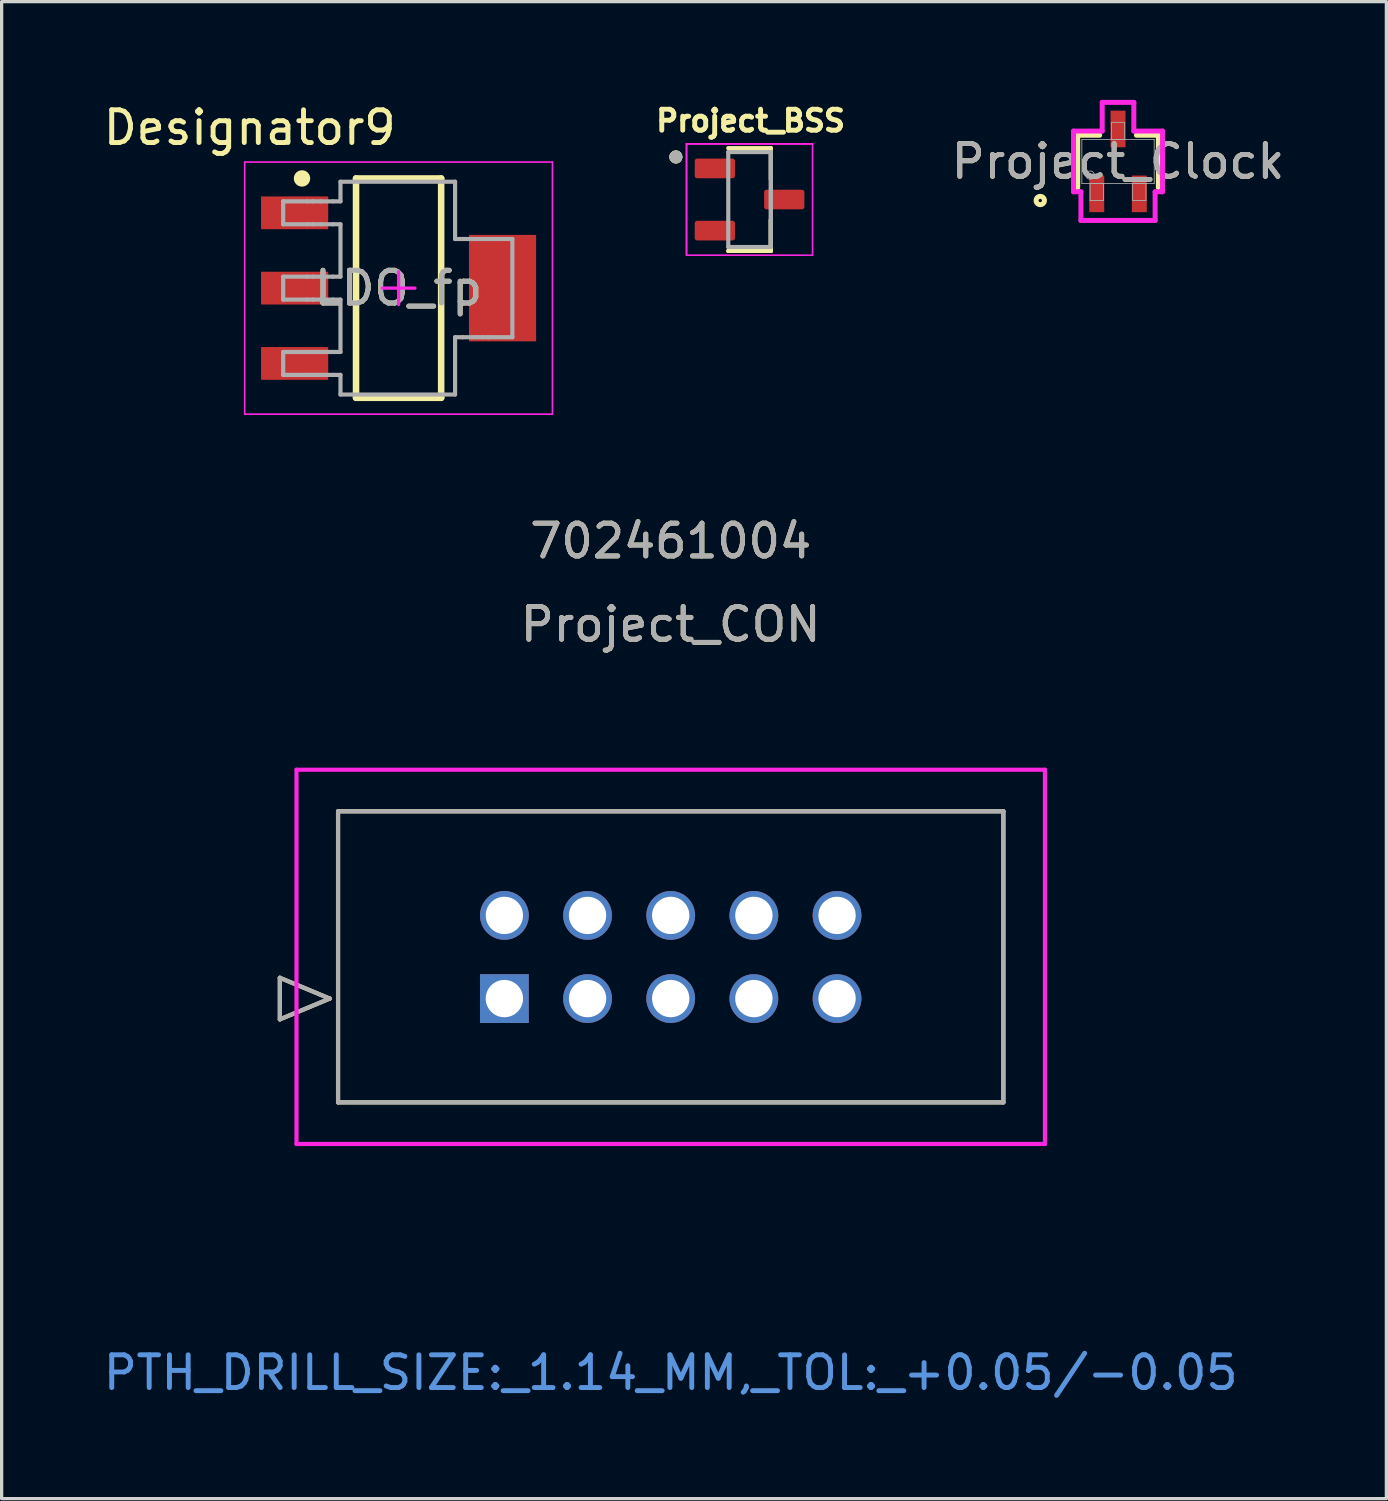
<source format=kicad_pcb>
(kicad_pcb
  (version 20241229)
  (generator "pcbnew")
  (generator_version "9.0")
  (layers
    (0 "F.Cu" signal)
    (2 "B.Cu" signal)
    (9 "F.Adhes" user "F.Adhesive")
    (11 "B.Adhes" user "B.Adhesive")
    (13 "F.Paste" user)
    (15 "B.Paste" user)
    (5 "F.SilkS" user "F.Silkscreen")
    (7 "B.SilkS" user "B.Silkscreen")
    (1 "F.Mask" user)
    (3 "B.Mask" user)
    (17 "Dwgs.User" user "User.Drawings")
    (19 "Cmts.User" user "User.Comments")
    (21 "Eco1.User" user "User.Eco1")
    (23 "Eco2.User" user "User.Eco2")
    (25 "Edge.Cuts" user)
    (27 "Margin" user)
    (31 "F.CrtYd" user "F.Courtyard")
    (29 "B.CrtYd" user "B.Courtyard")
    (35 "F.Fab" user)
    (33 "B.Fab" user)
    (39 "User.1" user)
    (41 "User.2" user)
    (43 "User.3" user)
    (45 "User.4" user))
  (footprint "Project_BSS"
    (layer "F.Cu")
    (at 19.843 3.044)
    (property "Reference" "Project_BSS" (at 0.032 -2.406 0) (layer "F.SilkS") (effects (font (size 0.64 0.64) (thickness 0.15))))
    (attr smd)
    (fp_line (start -0.65 -1.57) (end 0.65 -1.57) (stroke (width 0.127) (type solid)) (layer "F.SilkS"))
    (fp_line (start -0.65 1.57) (end 0.65 1.57) (stroke (width 0.127) (type solid)) (layer "F.SilkS"))
    (fp_line (start -0.65 1.57) (end 0.65 1.57) (stroke (width 0.127) (type solid)) (layer "F.SilkS"))
    (fp_line (start 0.65 -1.57) (end 0.65 -0.62) (stroke (width 0.127) (type solid)) (layer "F.SilkS"))
    (fp_line (start 0.65 1.57) (end 0.65 0.62) (stroke (width 0.127) (type solid)) (layer "F.SilkS"))
    (fp_line (start 0.65 1.57) (end 0.65 0.62) (stroke (width 0.127) (type solid)) (layer "F.SilkS"))
    (fp_circle (center -2.25 -1.3) (end -2.15 -1.3) (stroke (width 0.2) (type solid)) (fill no) (layer "F.SilkS"))
    (fp_circle (center -2.25 -1.3) (end -2.15 -1.3) (stroke (width 0.2) (type solid)) (fill no) (layer "F.SilkS"))
    (fp_line (start -1.925 -1.7) (end 1.925 -1.7) (stroke (width 0.05) (type solid)) (layer "F.CrtYd"))
    (fp_line (start -1.925 -1.7) (end 1.925 -1.7) (stroke (width 0.05) (type solid)) (layer "F.CrtYd"))
    (fp_line (start -1.925 1.7) (end -1.925 -1.7) (stroke (width 0.05) (type solid)) (layer "F.CrtYd"))
    (fp_line (start -1.925 1.7) (end -1.925 -1.7) (stroke (width 0.05) (type solid)) (layer "F.CrtYd"))
    (fp_line (start 1.925 1.7) (end -1.925 1.7) (stroke (width 0.05) (type solid)) (layer "F.CrtYd"))
    (fp_line (start 1.925 1.7) (end 1.925 -1.7) (stroke (width 0.05) (type solid)) (layer "F.CrtYd"))
    (fp_line (start -0.65 -1.45) (end 0.65 -1.45) (stroke (width 0.127) (type solid)) (layer "F.Fab"))
    (fp_line (start -0.65 1.45) (end -0.65 -1.45) (stroke (width 0.127) (type solid)) (layer "F.Fab"))
    (fp_line (start 0.65 -1.45) (end 0.65 1.45) (stroke (width 0.127) (type solid)) (layer "F.Fab"))
    (fp_line (start 0.65 -1.45) (end 0.65 1.45) (stroke (width 0.127) (type solid)) (layer "F.Fab"))
    (fp_line (start 0.65 1.45) (end -0.65 1.45) (stroke (width 0.127) (type solid)) (layer "F.Fab"))
    (fp_circle (center -2.25 -1.3) (end -2.15 -1.3) (stroke (width 0.2) (type solid)) (fill no) (layer "F.Fab"))
    (pad "1" smd roundrect (at -1.06 -0.95) (size 1.23 0.6) (layers "F.Cu" "F.Mask" "F.Paste") (roundrect_rratio 0.125))
    (pad "2" smd roundrect (at -1.06 0.95) (size 1.23 0.6) (layers "F.Cu" "F.Mask" "F.Paste") (roundrect_rratio 0.125))
    (pad "3" smd roundrect (at 1.06 0) (size 1.23 0.6) (layers "F.Cu" "F.Mask" "F.Paste") (roundrect_rratio 0.125)))
  (footprint "LDO_fp"
    (layer "F.Cu")
    (at 9.124 5.75)
    (property "Reference" "LDO_fp" (at 0 0 0) (unlocked yes) (layer "F.SilkS") (effects (font (size 1 1) (thickness 0.15))))
    (attr smd)
    (fp_line (start -1.3 -3.35) (end 1.3 -3.35) (stroke (width 0.2) (type solid)) (layer "F.SilkS"))
    (fp_line (start -1.3 3.35) (end -1.3 -3.35) (stroke (width 0.2) (type solid)) (layer "F.SilkS"))
    (fp_line (start -1.3 3.35) (end 1.3 3.35) (stroke (width 0.2) (type solid)) (layer "F.SilkS"))
    (fp_line (start 1.3 3.35) (end 1.3 -3.35) (stroke (width 0.2) (type solid)) (layer "F.SilkS"))
    (fp_circle (center -2.95 -3.35) (end -2.825 -3.35) (stroke (width 0.25) (type solid)) (fill no) (layer "F.SilkS"))
    (fp_line (start -4.7 -3.85) (end 4.7 -3.85) (stroke (width 0.05) (type solid)) (layer "F.CrtYd"))
    (fp_line (start -4.7 3.85) (end -4.7 -3.85) (stroke (width 0.05) (type solid)) (layer "F.CrtYd"))
    (fp_line (start -4.7 3.85) (end 4.7 3.85) (stroke (width 0.05) (type solid)) (layer "F.CrtYd"))
    (fp_line (start -0.5 0) (end 0.5 0) (stroke (width 0.1) (type solid)) (layer "F.CrtYd"))
    (fp_line (start 0 0.5) (end 0 -0.5) (stroke (width 0.1) (type solid)) (layer "F.CrtYd"))
    (fp_line (start 4.7 3.85) (end 4.7 -3.85) (stroke (width 0.05) (type solid)) (layer "F.CrtYd"))
    (fp_line (start -3.525 -2.65) (end -2.797 -2.65) (stroke (width 0.127) (type solid)) (layer "F.Fab"))
    (fp_line (start -3.525 -1.95) (end -3.525 -2.65) (stroke (width 0.127) (type solid)) (layer "F.Fab"))
    (fp_line (start -3.525 -1.95) (end -2.797 -1.95) (stroke (width 0.127) (type solid)) (layer "F.Fab"))
    (fp_line (start -3.525 -0.35) (end -2.797 -0.35) (stroke (width 0.127) (type solid)) (layer "F.Fab"))
    (fp_line (start -3.525 0.35) (end -3.525 -0.35) (stroke (width 0.127) (type solid)) (layer "F.Fab"))
    (fp_line (start -3.525 0.35) (end -2.797 0.35) (stroke (width 0.127) (type solid)) (layer "F.Fab"))
    (fp_line (start -3.525 1.95) (end -2.797 1.95) (stroke (width 0.127) (type solid)) (layer "F.Fab"))
    (fp_line (start -3.525 2.65) (end -3.525 1.95) (stroke (width 0.127) (type solid)) (layer "F.Fab"))
    (fp_line (start -3.525 2.65) (end -2.797 2.65) (stroke (width 0.127) (type solid)) (layer "F.Fab"))
    (fp_line (start -2.797 -2.65) (end -2.612 -2.65) (stroke (width 0.127) (type solid)) (layer "F.Fab"))
    (fp_line (start -2.797 -1.95) (end -2.612 -1.95) (stroke (width 0.127) (type solid)) (layer "F.Fab"))
    (fp_line (start -2.797 -0.35) (end -2.612 -0.35) (stroke (width 0.127) (type solid)) (layer "F.Fab"))
    (fp_line (start -2.797 0.35) (end -2.612 0.35) (stroke (width 0.127) (type solid)) (layer "F.Fab"))
    (fp_line (start -2.797 1.95) (end -2.612 1.95) (stroke (width 0.127) (type solid)) (layer "F.Fab"))
    (fp_line (start -2.797 2.65) (end -2.612 2.65) (stroke (width 0.127) (type solid)) (layer "F.Fab"))
    (fp_line (start -2.612 -2.65) (end -2.374 -2.65) (stroke (width 0.127) (type solid)) (layer "F.Fab"))
    (fp_line (start -2.612 -1.95) (end -2.374 -1.95) (stroke (width 0.127) (type solid)) (layer "F.Fab"))
    (fp_line (start -2.612 -0.35) (end -2.374 -0.35) (stroke (width 0.127) (type solid)) (layer "F.Fab"))
    (fp_line (start -2.612 0.35) (end -2.374 0.35) (stroke (width 0.127) (type solid)) (layer "F.Fab"))
    (fp_line (start -2.612 1.95) (end -2.374 1.95) (stroke (width 0.127) (type solid)) (layer "F.Fab"))
    (fp_line (start -2.612 2.65) (end -2.374 2.65) (stroke (width 0.127) (type solid)) (layer "F.Fab"))
    (fp_line (start -2.374 -2.65) (end -2.003 -2.65) (stroke (width 0.127) (type solid)) (layer "F.Fab"))
    (fp_line (start -2.374 -1.95) (end -2.003 -1.95) (stroke (width 0.127) (type solid)) (layer "F.Fab"))
    (fp_line (start -2.374 -0.35) (end -2.003 -0.35) (stroke (width 0.127) (type solid)) (layer "F.Fab"))
    (fp_line (start -2.374 0.35) (end -2.003 0.35) (stroke (width 0.127) (type solid)) (layer "F.Fab"))
    (fp_line (start -2.374 1.95) (end -2.003 1.95) (stroke (width 0.127) (type solid)) (layer "F.Fab"))
    (fp_line (start -2.374 2.65) (end -2.003 2.65) (stroke (width 0.127) (type solid)) (layer "F.Fab"))
    (fp_line (start -2.003 -2.65) (end -1.775 -2.65) (stroke (width 0.127) (type solid)) (layer "F.Fab"))
    (fp_line (start -2.003 -1.95) (end -1.775 -1.95) (stroke (width 0.127) (type solid)) (layer "F.Fab"))
    (fp_line (start -2.003 -0.35) (end -1.775 -0.35) (stroke (width 0.127) (type solid)) (layer "F.Fab"))
    (fp_line (start -2.003 0.35) (end -1.775 0.35) (stroke (width 0.127) (type solid)) (layer "F.Fab"))
    (fp_line (start -2.003 1.95) (end -1.775 1.95) (stroke (width 0.127) (type solid)) (layer "F.Fab"))
    (fp_line (start -2.003 2.65) (end -1.775 2.65) (stroke (width 0.127) (type solid)) (layer "F.Fab"))
    (fp_line (start -1.775 -3.25) (end 1.725 -3.25) (stroke (width 0.127) (type solid)) (layer "F.Fab"))
    (fp_line (start -1.775 -2.65) (end -1.775 -3.25) (stroke (width 0.127) (type solid)) (layer "F.Fab"))
    (fp_line (start -1.775 -0.35) (end -1.775 -1.95) (stroke (width 0.127) (type solid)) (layer "F.Fab"))
    (fp_line (start -1.775 1.95) (end -1.775 0.35) (stroke (width 0.127) (type solid)) (layer "F.Fab"))
    (fp_line (start -1.775 3.25) (end -1.775 2.65) (stroke (width 0.127) (type solid)) (layer "F.Fab"))
    (fp_line (start -1.775 3.25) (end 1.725 3.25) (stroke (width 0.127) (type solid)) (layer "F.Fab"))
    (fp_line (start 1.725 -1.5) (end 1.725 -3.25) (stroke (width 0.127) (type solid)) (layer "F.Fab"))
    (fp_line (start 1.725 -1.5) (end 1.953 -1.5) (stroke (width 0.127) (type solid)) (layer "F.Fab"))
    (fp_line (start 1.725 1.5) (end 1.953 1.5) (stroke (width 0.127) (type solid)) (layer "F.Fab"))
    (fp_line (start 1.725 3.25) (end 1.725 1.5) (stroke (width 0.127) (type solid)) (layer "F.Fab"))
    (fp_line (start 1.953 -1.5) (end 2.324 -1.5) (stroke (width 0.127) (type solid)) (layer "F.Fab"))
    (fp_line (start 1.953 1.5) (end 2.324 1.5) (stroke (width 0.127) (type solid)) (layer "F.Fab"))
    (fp_line (start 2.324 -1.5) (end 2.562 -1.5) (stroke (width 0.127) (type solid)) (layer "F.Fab"))
    (fp_line (start 2.324 1.5) (end 2.562 1.5) (stroke (width 0.127) (type solid)) (layer "F.Fab"))
    (fp_line (start 2.562 -1.5) (end 2.747 -1.5) (stroke (width 0.127) (type solid)) (layer "F.Fab"))
    (fp_line (start 2.562 1.5) (end 2.747 1.5) (stroke (width 0.127) (type solid)) (layer "F.Fab"))
    (fp_line (start 2.747 -1.5) (end 3.475 -1.5) (stroke (width 0.127) (type solid)) (layer "F.Fab"))
    (fp_line (start 2.747 1.5) (end 3.475 1.5) (stroke (width 0.127) (type solid)) (layer "F.Fab"))
    (fp_line (start 3.475 1.5) (end 3.475 -1.5) (stroke (width 0.127) (type solid)) (layer "F.Fab"))
    (fp_text user "Designator9" (at -4.547 -4.902 0) (unlocked yes) (layer "F.SilkS") (effects (font (size 1 1) (thickness 0.15))))
    (fp_text user "${REFERENCE}" (at 0 0 0) (unlocked yes) (layer "F.Fab") (effects (font (size 1 1) (thickness 0.15))))
    (pad "1" smd rect (at -3.175 -2.3 90) (size 1 2.05) (layers "F.Cu" "F.Mask" "F.Paste"))
    (pad "2" smd rect (at -3.175 0 90) (size 1 2.05) (layers "F.Cu" "F.Mask" "F.Paste"))
    (pad "2" smd rect (at 3.175 0 90) (size 3.25 2.05) (layers "F.Cu" "F.Mask" "F.Paste"))
    (pad "3" smd rect (at -3.175 2.3 90) (size 1 2.05) (layers "F.Cu" "F.Mask" "F.Paste")))
  (footprint "Project_Clock"
    (layer "F.Cu")
    (at 31.097 1.88)
    (property "Reference" "Project_Clock" (at 0 0 0) (unlocked yes) (layer "F.SilkS") (effects (font (size 1 1) (thickness 0.15))))
    (attr smd)
    (fp_line (start -1.232 -0.8) (end -1.232 0.8) (stroke (width 0.152) (type solid)) (layer "F.SilkS"))
    (fp_line (start -0.561 -0.8) (end -1.232 -0.8) (stroke (width 0.152) (type solid)) (layer "F.SilkS"))
    (fp_line (start 1.232 -0.8) (end 0.561 -0.8) (stroke (width 0.152) (type solid)) (layer "F.SilkS"))
    (fp_line (start 1.232 0.8) (end 1.232 -0.8) (stroke (width 0.152) (type solid)) (layer "F.SilkS"))
    (fp_circle (center -2.375 1.194) (end -2.248 1.194) (stroke (width 0.152) (type solid)) (fill no) (layer "F.SilkS"))
    (fp_line (start -1.359 -0.927) (end -0.483 -0.927) (stroke (width 0.152) (type solid)) (layer "F.CrtYd"))
    (fp_line (start -1.359 0.927) (end -1.359 -0.927) (stroke (width 0.152) (type solid)) (layer "F.CrtYd"))
    (fp_line (start -1.359 0.927) (end -1.133 0.927) (stroke (width 0.152) (type solid)) (layer "F.CrtYd"))
    (fp_line (start -1.133 0.927) (end -1.133 1.803) (stroke (width 0.152) (type solid)) (layer "F.CrtYd"))
    (fp_line (start -1.133 1.803) (end 1.133 1.803) (stroke (width 0.152) (type solid)) (layer "F.CrtYd"))
    (fp_line (start -0.483 -1.803) (end 0.483 -1.803) (stroke (width 0.152) (type solid)) (layer "F.CrtYd"))
    (fp_line (start -0.483 -0.927) (end -0.483 -1.803) (stroke (width 0.152) (type solid)) (layer "F.CrtYd"))
    (fp_line (start 0.483 -0.927) (end 0.483 -1.803) (stroke (width 0.152) (type solid)) (layer "F.CrtYd"))
    (fp_line (start 1.133 0.927) (end 1.133 1.803) (stroke (width 0.152) (type solid)) (layer "F.CrtYd"))
    (fp_line (start 1.359 -0.927) (end 0.483 -0.927) (stroke (width 0.152) (type solid)) (layer "F.CrtYd"))
    (fp_line (start 1.359 -0.927) (end 1.359 0.927) (stroke (width 0.152) (type solid)) (layer "F.CrtYd"))
    (fp_line (start 1.359 0.927) (end 1.133 0.927) (stroke (width 0.152) (type solid)) (layer "F.CrtYd"))
    (fp_line (start -1.105 -0.673) (end -1.105 0.673) (stroke (width 0.025) (type solid)) (layer "F.Fab"))
    (fp_line (start -1.105 0.673) (end 1.105 0.673) (stroke (width 0.025) (type solid)) (layer "F.Fab"))
    (fp_line (start -0.853 0.673) (end -0.853 1.194) (stroke (width 0.025) (type solid)) (layer "F.Fab"))
    (fp_line (start -0.853 1.194) (end -0.447 1.194) (stroke (width 0.025) (type solid)) (layer "F.Fab"))
    (fp_line (start -0.447 0.673) (end -0.853 0.673) (stroke (width 0.025) (type solid)) (layer "F.Fab"))
    (fp_line (start -0.447 1.194) (end -0.447 0.673) (stroke (width 0.025) (type solid)) (layer "F.Fab"))
    (fp_line (start -0.203 -1.194) (end -0.203 -0.673) (stroke (width 0.025) (type solid)) (layer "F.Fab"))
    (fp_line (start -0.203 -0.673) (end 0.203 -0.673) (stroke (width 0.025) (type solid)) (layer "F.Fab"))
    (fp_line (start 0.203 -1.194) (end -0.203 -1.194) (stroke (width 0.025) (type solid)) (layer "F.Fab"))
    (fp_line (start 0.203 -0.673) (end 0.203 -1.194) (stroke (width 0.025) (type solid)) (layer "F.Fab"))
    (fp_line (start 0.447 0.673) (end 0.447 1.194) (stroke (width 0.025) (type solid)) (layer "F.Fab"))
    (fp_line (start 0.447 1.194) (end 0.853 1.194) (stroke (width 0.025) (type solid)) (layer "F.Fab"))
    (fp_line (start 0.853 0.673) (end 0.447 0.673) (stroke (width 0.025) (type solid)) (layer "F.Fab"))
    (fp_line (start 0.853 1.194) (end 0.853 0.673) (stroke (width 0.025) (type solid)) (layer "F.Fab"))
    (fp_line (start 1.105 -0.673) (end -1.105 -0.673) (stroke (width 0.025) (type solid)) (layer "F.Fab"))
    (fp_line (start 1.105 0.673) (end 1.105 -0.673) (stroke (width 0.025) (type solid)) (layer "F.Fab"))
    (fp_circle (center -0.851 0.419) (end -0.724 0.419) (stroke (width 0.025) (type solid)) (fill no) (layer "F.Fab"))
    (fp_text user "${REFERENCE}" (at 0 0 0) (unlocked yes) (layer "F.Fab") (effects (font (size 1 1) (thickness 0.15))))
    (pad "1" smd rect (at -0.65 0.991) (size 0.457 1.118) (layers "F.Cu" "F.Mask" "F.Paste"))
    (pad "2" smd rect (at 0.65 0.991) (size 0.457 1.118) (layers "F.Cu" "F.Mask" "F.Paste"))
    (pad "3" smd rect (at 0 -0.991) (size 0.457 1.118) (layers "F.Cu" "F.Mask" "F.Paste")))
  (footprint "Project_CON"
    (layer "F.Cu")
    (at 12.355 27.449)
    (property "Reference" "Project_CON" (at 5.08 -11.43 0) (unlocked yes) (layer "F.SilkS") (effects (font (size 1 1) (thickness 0.15))))
    (attr through_hole)
    (fp_line (start -6.858 -0.635) (end -6.858 0.635) (stroke (width 0.127) (type solid)) (layer "F.SilkS"))
    (fp_line (start -6.858 0.635) (end -5.334 0) (stroke (width 0.127) (type solid)) (layer "F.SilkS"))
    (fp_line (start -5.334 0) (end -6.858 -0.635) (stroke (width 0.127) (type solid)) (layer "F.SilkS"))
    (fp_line (start -5.08 -5.72) (end -5.08 3.17) (stroke (width 0.127) (type solid)) (layer "F.SilkS"))
    (fp_line (start -5.08 3.17) (end 15.24 3.17) (stroke (width 0.127) (type solid)) (layer "F.SilkS"))
    (fp_line (start 15.24 -5.72) (end -5.08 -5.72) (stroke (width 0.127) (type solid)) (layer "F.SilkS"))
    (fp_line (start 15.24 3.17) (end 15.24 -5.72) (stroke (width 0.127) (type solid)) (layer "F.SilkS"))
    (fp_line (start -6.35 -6.99) (end -6.35 4.44) (stroke (width 0.127) (type solid)) (layer "F.CrtYd"))
    (fp_line (start -6.35 4.44) (end 16.51 4.44) (stroke (width 0.127) (type solid)) (layer "F.CrtYd"))
    (fp_line (start 16.51 -6.99) (end -6.35 -6.99) (stroke (width 0.127) (type solid)) (layer "F.CrtYd"))
    (fp_line (start 16.51 4.44) (end 16.51 -6.99) (stroke (width 0.127) (type solid)) (layer "F.CrtYd"))
    (fp_line (start -6.858 -0.635) (end -6.858 0.635) (stroke (width 0.127) (type solid)) (layer "F.Fab"))
    (fp_line (start -6.858 0.635) (end -5.334 0) (stroke (width 0.127) (type solid)) (layer "F.Fab"))
    (fp_line (start -5.334 0) (end -6.858 -0.635) (stroke (width 0.127) (type solid)) (layer "F.Fab"))
    (fp_line (start -5.08 -5.72) (end -5.08 3.17) (stroke (width 0.127) (type solid)) (layer "F.Fab"))
    (fp_line (start -5.08 3.17) (end 15.24 3.17) (stroke (width 0.127) (type solid)) (layer "F.Fab"))
    (fp_line (start 15.24 -5.72) (end -5.08 -5.72) (stroke (width 0.127) (type solid)) (layer "F.Fab"))
    (fp_line (start 15.24 3.17) (end 15.24 -5.72) (stroke (width 0.127) (type solid)) (layer "F.Fab"))
    (fp_text user "702461004" (at 5.08 -13.975 0) (unlocked yes) (layer "F.SilkS") (effects (font (size 1 1) (thickness 0.15))))
    (fp_text user "PTH_DRILL_SIZE:_1.14_MM,_TOL:_+0.05/-0.05" (at 5.08 11.425 0) (unlocked yes) (layer "Cmts.User") (effects (font (size 1 1) (thickness 0.15))))
    (fp_text user "${REFERENCE}" (at 5.08 -11.43 0) (unlocked yes) (layer "F.Fab") (effects (font (size 1 1) (thickness 0.15))))
    (fp_text user "702461004" (at 5.08 -13.975 0) (unlocked yes) (layer "F.Fab") (effects (font (size 1 1) (thickness 0.15))))
    (pad "1" thru_hole rect (at 0 0) (size 1.49 1.49) (drill 1.14) (layers "*.Cu" "*.Mask"))
    (pad "2" thru_hole circle (at 0 -2.54) (size 1.49 1.49) (drill 1.14) (layers "*.Cu" "*.Mask"))
    (pad "3" thru_hole circle (at 2.54 0 90) (size 1.49 1.49) (drill 1.14) (layers "*.Cu" "*.Mask"))
    (pad "4" thru_hole circle (at 2.54 -2.54 90) (size 1.49 1.49) (drill 1.14) (layers "*.Cu" "*.Mask"))
    (pad "5" thru_hole circle (at 5.08 0 90) (size 1.49 1.49) (drill 1.14) (layers "*.Cu" "*.Mask"))
    (pad "6" thru_hole circle (at 5.08 -2.54 90) (size 1.49 1.49) (drill 1.14) (layers "*.Cu" "*.Mask"))
    (pad "7" thru_hole circle (at 7.62 0 90) (size 1.49 1.49) (drill 1.14) (layers "*.Cu" "*.Mask"))
    (pad "8" thru_hole circle (at 7.62 -2.54 90) (size 1.49 1.49) (drill 1.14) (layers "*.Cu" "*.Mask"))
    (pad "9" thru_hole circle (at 10.16 0 90) (size 1.49 1.49) (drill 1.14) (layers "*.Cu" "*.Mask"))
    (pad "10" thru_hole circle (at 10.16 -2.54 90) (size 1.49 1.49) (drill 1.14) (layers "*.Cu" "*.Mask")))
  (gr_rect
    (start -3 -3)
    (end 39.293 42.722)
    (stroke (width 0.1) (type default))
    (fill no)
    (layer "Edge.Cuts")))
</source>
